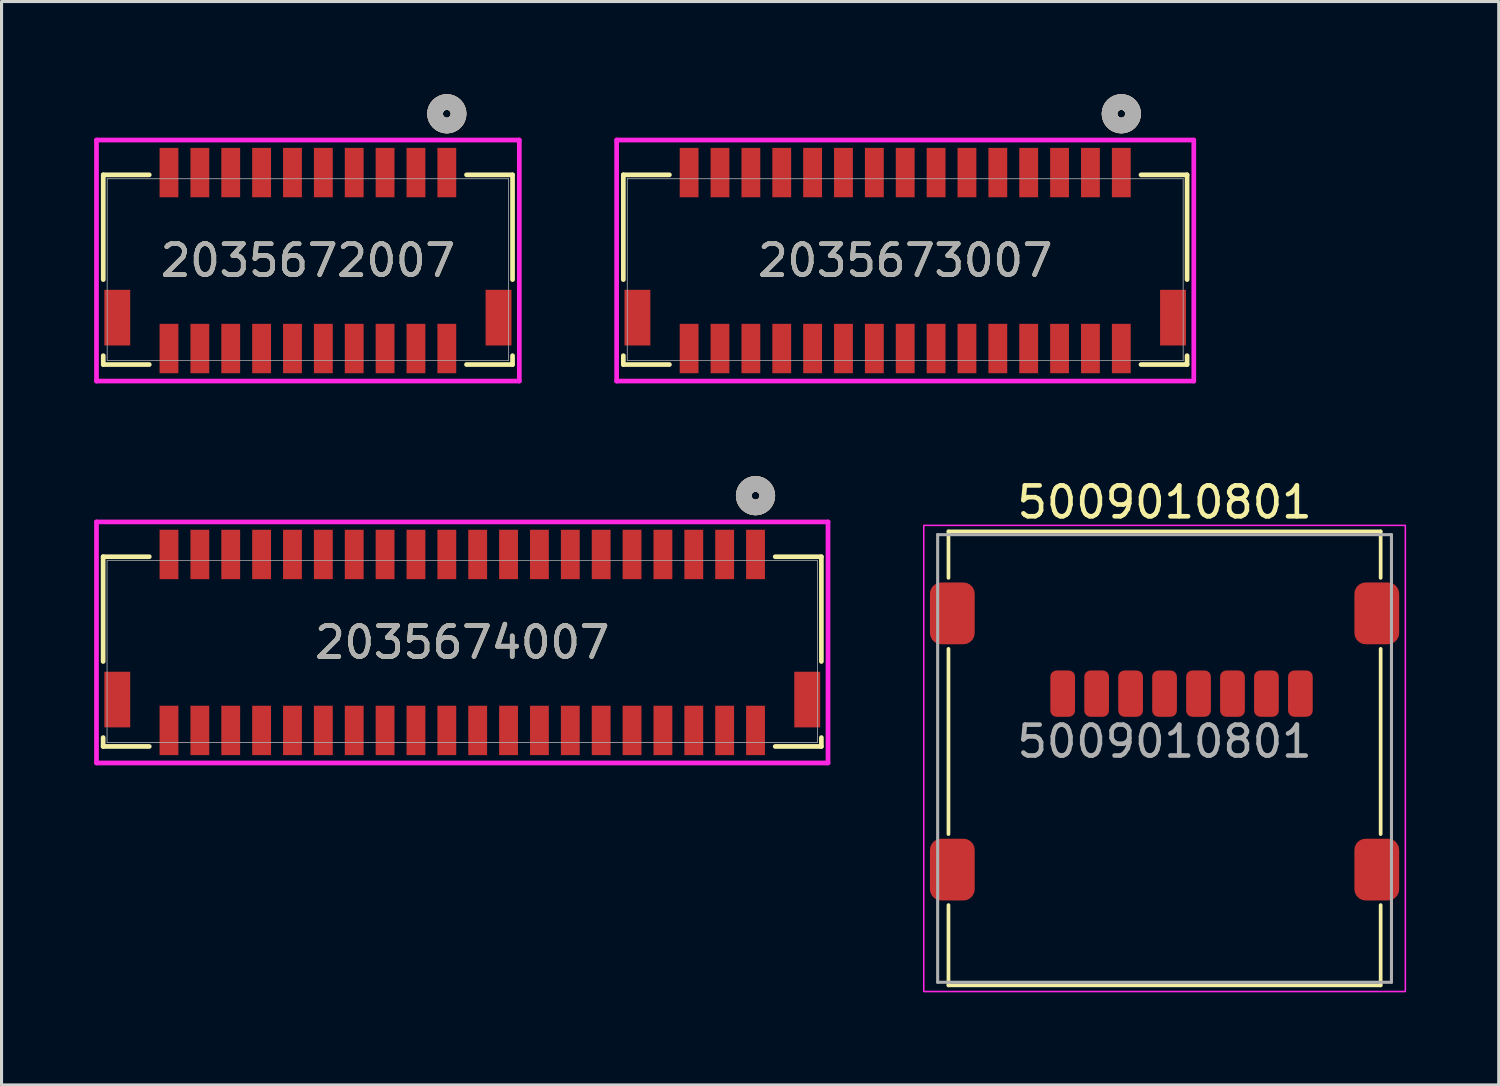
<source format=kicad_pcb>
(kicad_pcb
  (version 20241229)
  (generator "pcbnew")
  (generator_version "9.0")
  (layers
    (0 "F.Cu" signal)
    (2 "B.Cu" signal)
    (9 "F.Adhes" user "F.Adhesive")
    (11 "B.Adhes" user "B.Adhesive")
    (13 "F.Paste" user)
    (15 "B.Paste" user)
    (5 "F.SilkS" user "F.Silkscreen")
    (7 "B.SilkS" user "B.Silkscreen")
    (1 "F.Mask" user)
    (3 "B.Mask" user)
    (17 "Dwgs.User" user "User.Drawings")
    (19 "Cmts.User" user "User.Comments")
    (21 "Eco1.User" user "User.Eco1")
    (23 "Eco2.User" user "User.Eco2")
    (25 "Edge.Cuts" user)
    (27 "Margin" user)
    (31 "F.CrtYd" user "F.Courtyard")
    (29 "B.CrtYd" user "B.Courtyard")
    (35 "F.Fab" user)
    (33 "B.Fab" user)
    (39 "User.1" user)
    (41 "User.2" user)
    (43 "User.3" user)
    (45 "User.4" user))
  (footprint "2035673007"
    (layer "F.Cu")
    (at 26.273 5.686)
    (property "Reference" "2035673007" (at 0 -0.296 0) (unlocked yes) (layer "F.SilkS") (effects (font (size 1 1) (thickness 0.15))))
    (attr smd)
    (fp_line (start -9.131 -3.073) (end -9.131 0.321) (stroke (width 0.152) (type solid)) (layer "F.SilkS"))
    (fp_line (start -9.131 2.786) (end -9.131 3.073) (stroke (width 0.152) (type solid)) (layer "F.SilkS"))
    (fp_line (start -9.131 3.073) (end -7.638 3.073) (stroke (width 0.152) (type solid)) (layer "F.SilkS"))
    (fp_line (start -7.638 -3.073) (end -9.131 -3.073) (stroke (width 0.152) (type solid)) (layer "F.SilkS"))
    (fp_line (start 7.638 3.073) (end 9.131 3.073) (stroke (width 0.152) (type solid)) (layer "F.SilkS"))
    (fp_line (start 9.131 -3.073) (end 7.638 -3.073) (stroke (width 0.152) (type solid)) (layer "F.SilkS"))
    (fp_line (start 9.131 0.321) (end 9.131 -3.073) (stroke (width 0.152) (type solid)) (layer "F.SilkS"))
    (fp_line (start 9.131 3.073) (end 9.131 2.786) (stroke (width 0.152) (type solid)) (layer "F.SilkS"))
    (fp_circle (center 7 -5.05) (end 7.381 -5.05) (stroke (width 0.508) (type solid)) (fill no) (layer "F.SilkS"))
    (fp_circle (center 7 -5.05) (end 7.381 -5.05) (stroke (width 0.508) (type solid)) (fill no) (layer "B.SilkS"))
    (fp_line (start -9.348 -4.2) (end -9.348 3.608) (stroke (width 0.152) (type solid)) (layer "F.CrtYd"))
    (fp_line (start -9.348 3.608) (end 9.348 3.608) (stroke (width 0.152) (type solid)) (layer "F.CrtYd"))
    (fp_line (start 9.348 -4.2) (end -9.348 -4.2) (stroke (width 0.152) (type solid)) (layer "F.CrtYd"))
    (fp_line (start 9.348 3.608) (end 9.348 -4.2) (stroke (width 0.152) (type solid)) (layer "F.CrtYd"))
    (fp_line (start -9.004 -2.946) (end -9.004 2.946) (stroke (width 0.025) (type solid)) (layer "F.Fab"))
    (fp_line (start -9.004 2.946) (end 9.004 2.946) (stroke (width 0.025) (type solid)) (layer "F.Fab"))
    (fp_line (start 9.004 -2.946) (end -9.004 -2.946) (stroke (width 0.025) (type solid)) (layer "F.Fab"))
    (fp_line (start 9.004 2.946) (end 9.004 -2.946) (stroke (width 0.025) (type solid)) (layer "F.Fab"))
    (fp_circle (center 7 -5.051) (end 7.381 -5.051) (stroke (width 0.508) (type solid)) (fill no) (layer "F.Fab"))
    (fp_text user "${REFERENCE}" (at 0 -0.296 0) (unlocked yes) (layer "F.Fab") (effects (font (size 1 1) (thickness 0.15))))
    (pad "1" smd rect (at 7 -3.146) (size 0.61 1.6) (layers "F.Cu" "F.Mask" "F.Paste"))
    (pad "2" smd rect (at 7 2.554) (size 0.61 1.6) (layers "F.Cu" "F.Mask" "F.Paste"))
    (pad "3" smd rect (at 6 -3.146) (size 0.61 1.6) (layers "F.Cu" "F.Mask" "F.Paste"))
    (pad "4" smd rect (at 6 2.554) (size 0.61 1.6) (layers "F.Cu" "F.Mask" "F.Paste"))
    (pad "5" smd rect (at 5 -3.146) (size 0.61 1.6) (layers "F.Cu" "F.Mask" "F.Paste"))
    (pad "6" smd rect (at 5 2.554) (size 0.61 1.6) (layers "F.Cu" "F.Mask" "F.Paste"))
    (pad "7" smd rect (at 4 -3.146) (size 0.61 1.6) (layers "F.Cu" "F.Mask" "F.Paste"))
    (pad "8" smd rect (at 4 2.554) (size 0.61 1.6) (layers "F.Cu" "F.Mask" "F.Paste"))
    (pad "9" smd rect (at 3 -3.146) (size 0.61 1.6) (layers "F.Cu" "F.Mask" "F.Paste"))
    (pad "10" smd rect (at 3 2.554) (size 0.61 1.6) (layers "F.Cu" "F.Mask" "F.Paste"))
    (pad "11" smd rect (at 2 -3.146) (size 0.61 1.6) (layers "F.Cu" "F.Mask" "F.Paste"))
    (pad "12" smd rect (at 2 2.554) (size 0.61 1.6) (layers "F.Cu" "F.Mask" "F.Paste"))
    (pad "13" smd rect (at 1 -3.146) (size 0.61 1.6) (layers "F.Cu" "F.Mask" "F.Paste"))
    (pad "14" smd rect (at 1 2.554) (size 0.61 1.6) (layers "F.Cu" "F.Mask" "F.Paste"))
    (pad "15" smd rect (at 0 -3.146) (size 0.61 1.6) (layers "F.Cu" "F.Mask" "F.Paste"))
    (pad "16" smd rect (at 0 2.554) (size 0.61 1.6) (layers "F.Cu" "F.Mask" "F.Paste"))
    (pad "17" smd rect (at -1 -3.146) (size 0.61 1.6) (layers "F.Cu" "F.Mask" "F.Paste"))
    (pad "18" smd rect (at -1 2.554) (size 0.61 1.6) (layers "F.Cu" "F.Mask" "F.Paste"))
    (pad "19" smd rect (at -2 -3.146) (size 0.61 1.6) (layers "F.Cu" "F.Mask" "F.Paste"))
    (pad "20" smd rect (at -2 2.554) (size 0.61 1.6) (layers "F.Cu" "F.Mask" "F.Paste"))
    (pad "21" smd rect (at -3 -3.146) (size 0.61 1.6) (layers "F.Cu" "F.Mask" "F.Paste"))
    (pad "22" smd rect (at -3 2.554) (size 0.61 1.6) (layers "F.Cu" "F.Mask" "F.Paste"))
    (pad "23" smd rect (at -4 -3.146) (size 0.61 1.6) (layers "F.Cu" "F.Mask" "F.Paste"))
    (pad "24" smd rect (at -4 2.554) (size 0.61 1.6) (layers "F.Cu" "F.Mask" "F.Paste"))
    (pad "25" smd rect (at -5 -3.146) (size 0.61 1.6) (layers "F.Cu" "F.Mask" "F.Paste"))
    (pad "26" smd rect (at -5 2.554) (size 0.61 1.6) (layers "F.Cu" "F.Mask" "F.Paste"))
    (pad "27" smd rect (at -6 -3.146) (size 0.61 1.6) (layers "F.Cu" "F.Mask" "F.Paste"))
    (pad "28" smd rect (at -6 2.554) (size 0.61 1.6) (layers "F.Cu" "F.Mask" "F.Paste"))
    (pad "29" smd rect (at -7 -3.146) (size 0.61 1.6) (layers "F.Cu" "F.Mask" "F.Paste"))
    (pad "30" smd rect (at -7 2.554) (size 0.61 1.6) (layers "F.Cu" "F.Mask" "F.Paste"))
    (pad "MP" smd rect (at -8.675 1.554) (size 0.838 1.803) (layers "F.Cu" "F.Mask" "F.Paste"))
    (pad "MP" smd rect (at 8.675 1.554) (size 0.838 1.803) (layers "F.Cu" "F.Mask" "F.Paste")))
  (footprint "5009010801"
    (layer "F.Cu")
    (at 34.674 20.969)
    (property "Reference" "5009010801" (at 0 -7.75 0) (layer "F.SilkS") (effects (font (size 1 1) (thickness 0.15))))
    (attr smd)
    (fp_line (start -7 -6.805) (end 7 -6.805) (stroke (width 0.12) (type solid)) (layer "F.SilkS"))
    (fp_line (start -7 -5.3) (end -7 -6.805) (stroke (width 0.12) (type solid)) (layer "F.SilkS"))
    (fp_line (start -7 3) (end -7 -3) (stroke (width 0.12) (type solid)) (layer "F.SilkS"))
    (fp_line (start -7 7.9) (end -7 5.3) (stroke (width 0.12) (type solid)) (layer "F.SilkS"))
    (fp_line (start 7 -6.805) (end 7 -5.3) (stroke (width 0.12) (type solid)) (layer "F.SilkS"))
    (fp_line (start 7 -3) (end 7 3) (stroke (width 0.12) (type solid)) (layer "F.SilkS"))
    (fp_line (start 7 5.3) (end 7 7.9) (stroke (width 0.12) (type solid)) (layer "F.SilkS"))
    (fp_line (start 7 7.9) (end -7 7.9) (stroke (width 0.12) (type solid)) (layer "F.SilkS"))
    (fp_rect (start -7.8 -7) (end 7.8 8.1) (stroke (width 0.05) (type solid)) (fill no) (layer "F.CrtYd"))
    (fp_line (start -7.35 -6.7) (end -7.35 7.8) (stroke (width 0.1) (type solid)) (layer "F.Fab"))
    (fp_line (start -7.35 7.8) (end 7.35 7.8) (stroke (width 0.1) (type solid)) (layer "F.Fab"))
    (fp_line (start 7.35 -6.7) (end -7.35 -6.7) (stroke (width 0.1) (type solid)) (layer "F.Fab"))
    (fp_line (start 7.35 7.8) (end 7.35 -6.7) (stroke (width 0.1) (type solid)) (layer "F.Fab"))
    (fp_text user "${REFERENCE}" (at 0 0 0) (layer "F.Fab") (effects (font (size 1 1) (thickness 0.15))))
    (pad "1" smd roundrect (at -3.3 -1.55) (size 0.8 1.5) (layers "F.Cu" "F.Mask" "F.Paste") (roundrect_rratio 0.25))
    (pad "2" smd roundrect (at -2.2 -1.55) (size 0.8 1.5) (layers "F.Cu" "F.Mask" "F.Paste") (roundrect_rratio 0.25))
    (pad "3" smd roundrect (at -1.1 -1.55) (size 0.8 1.5) (layers "F.Cu" "F.Mask" "F.Paste") (roundrect_rratio 0.25))
    (pad "4" smd roundrect (at 0 -1.55) (size 0.8 1.5) (layers "F.Cu" "F.Mask" "F.Paste") (roundrect_rratio 0.25))
    (pad "5" smd roundrect (at 1.1 -1.55) (size 0.8 1.5) (layers "F.Cu" "F.Mask" "F.Paste") (roundrect_rratio 0.25))
    (pad "6" smd roundrect (at 2.2 -1.55) (size 0.8 1.5) (layers "F.Cu" "F.Mask" "F.Paste") (roundrect_rratio 0.25))
    (pad "7" smd roundrect (at 3.3 -1.55) (size 0.8 1.5) (layers "F.Cu" "F.Mask" "F.Paste") (roundrect_rratio 0.25))
    (pad "8" smd roundrect (at 4.4 -1.55) (size 0.8 1.5) (layers "F.Cu" "F.Mask" "F.Paste") (roundrect_rratio 0.25))
    (pad "9" smd roundrect (at -6.875 -4.15) (size 1.45 2) (layers "F.Cu" "F.Mask" "F.Paste") (roundrect_rratio 0.25))
    (pad "9" smd roundrect (at -6.875 4.15) (size 1.45 2) (layers "F.Cu" "F.Mask" "F.Paste") (roundrect_rratio 0.25))
    (pad "9" smd roundrect (at 6.875 -4.15) (size 1.45 2) (layers "F.Cu" "F.Mask" "F.Paste") (roundrect_rratio 0.25))
    (pad "9" smd roundrect (at 6.875 4.15) (size 1.45 2) (layers "F.Cu" "F.Mask" "F.Paste") (roundrect_rratio 0.25)))
  (footprint "2035674007"
    (layer "F.Cu")
    (at 11.924 18.057)
    (property "Reference" "2035674007" (at 0 -0.296 0) (unlocked yes) (layer "F.SilkS") (effects (font (size 1 1) (thickness 0.15))))
    (attr smd)
    (fp_line (start -11.633 -3.073) (end -11.633 0.321) (stroke (width 0.152) (type solid)) (layer "F.SilkS"))
    (fp_line (start -11.633 2.786) (end -11.633 3.073) (stroke (width 0.152) (type solid)) (layer "F.SilkS"))
    (fp_line (start -11.633 3.073) (end -10.138 3.073) (stroke (width 0.152) (type solid)) (layer "F.SilkS"))
    (fp_line (start -10.138 -3.073) (end -11.633 -3.073) (stroke (width 0.152) (type solid)) (layer "F.SilkS"))
    (fp_line (start 10.138 3.073) (end 11.633 3.073) (stroke (width 0.152) (type solid)) (layer "F.SilkS"))
    (fp_line (start 11.633 -3.073) (end 10.138 -3.073) (stroke (width 0.152) (type solid)) (layer "F.SilkS"))
    (fp_line (start 11.633 0.321) (end 11.633 -3.073) (stroke (width 0.152) (type solid)) (layer "F.SilkS"))
    (fp_line (start 11.633 3.073) (end 11.633 2.786) (stroke (width 0.152) (type solid)) (layer "F.SilkS"))
    (fp_circle (center 9.5 -5.05) (end 9.881 -5.05) (stroke (width 0.508) (type solid)) (fill no) (layer "F.SilkS"))
    (fp_circle (center 9.5 -5.05) (end 9.881 -5.05) (stroke (width 0.508) (type solid)) (fill no) (layer "B.SilkS"))
    (fp_line (start -11.848 -4.2) (end -11.848 3.608) (stroke (width 0.152) (type solid)) (layer "F.CrtYd"))
    (fp_line (start -11.848 3.608) (end 11.848 3.608) (stroke (width 0.152) (type solid)) (layer "F.CrtYd"))
    (fp_line (start 11.848 -4.2) (end -11.848 -4.2) (stroke (width 0.152) (type solid)) (layer "F.CrtYd"))
    (fp_line (start 11.848 3.608) (end 11.848 -4.2) (stroke (width 0.152) (type solid)) (layer "F.CrtYd"))
    (fp_line (start -11.506 -2.946) (end -11.506 2.946) (stroke (width 0.025) (type solid)) (layer "F.Fab"))
    (fp_line (start -11.506 2.946) (end 11.506 2.946) (stroke (width 0.025) (type solid)) (layer "F.Fab"))
    (fp_line (start 11.506 -2.946) (end -11.506 -2.946) (stroke (width 0.025) (type solid)) (layer "F.Fab"))
    (fp_line (start 11.506 2.946) (end 11.506 -2.946) (stroke (width 0.025) (type solid)) (layer "F.Fab"))
    (fp_circle (center 9.5 -5.051) (end 9.881 -5.051) (stroke (width 0.508) (type solid)) (fill no) (layer "F.Fab"))
    (fp_text user "${REFERENCE}" (at 0 -0.296 0) (unlocked yes) (layer "F.Fab") (effects (font (size 1 1) (thickness 0.15))))
    (pad "1" smd rect (at 9.5 -3.146) (size 0.61 1.6) (layers "F.Cu" "F.Mask" "F.Paste"))
    (pad "2" smd rect (at 9.5 2.554) (size 0.61 1.6) (layers "F.Cu" "F.Mask" "F.Paste"))
    (pad "3" smd rect (at 8.5 -3.146) (size 0.61 1.6) (layers "F.Cu" "F.Mask" "F.Paste"))
    (pad "4" smd rect (at 8.5 2.554) (size 0.61 1.6) (layers "F.Cu" "F.Mask" "F.Paste"))
    (pad "5" smd rect (at 7.5 -3.146) (size 0.61 1.6) (layers "F.Cu" "F.Mask" "F.Paste"))
    (pad "6" smd rect (at 7.5 2.554) (size 0.61 1.6) (layers "F.Cu" "F.Mask" "F.Paste"))
    (pad "7" smd rect (at 6.5 -3.146) (size 0.61 1.6) (layers "F.Cu" "F.Mask" "F.Paste"))
    (pad "8" smd rect (at 6.5 2.554) (size 0.61 1.6) (layers "F.Cu" "F.Mask" "F.Paste"))
    (pad "9" smd rect (at 5.5 -3.146) (size 0.61 1.6) (layers "F.Cu" "F.Mask" "F.Paste"))
    (pad "10" smd rect (at 5.5 2.554) (size 0.61 1.6) (layers "F.Cu" "F.Mask" "F.Paste"))
    (pad "11" smd rect (at 4.5 -3.146) (size 0.61 1.6) (layers "F.Cu" "F.Mask" "F.Paste"))
    (pad "12" smd rect (at 4.5 2.554) (size 0.61 1.6) (layers "F.Cu" "F.Mask" "F.Paste"))
    (pad "13" smd rect (at 3.5 -3.146) (size 0.61 1.6) (layers "F.Cu" "F.Mask" "F.Paste"))
    (pad "14" smd rect (at 3.5 2.554) (size 0.61 1.6) (layers "F.Cu" "F.Mask" "F.Paste"))
    (pad "15" smd rect (at 2.5 -3.146) (size 0.61 1.6) (layers "F.Cu" "F.Mask" "F.Paste"))
    (pad "16" smd rect (at 2.5 2.554) (size 0.61 1.6) (layers "F.Cu" "F.Mask" "F.Paste"))
    (pad "17" smd rect (at 1.5 -3.146) (size 0.61 1.6) (layers "F.Cu" "F.Mask" "F.Paste"))
    (pad "18" smd rect (at 1.5 2.554) (size 0.61 1.6) (layers "F.Cu" "F.Mask" "F.Paste"))
    (pad "19" smd rect (at 0.5 -3.146) (size 0.61 1.6) (layers "F.Cu" "F.Mask" "F.Paste"))
    (pad "20" smd rect (at 0.5 2.554) (size 0.61 1.6) (layers "F.Cu" "F.Mask" "F.Paste"))
    (pad "21" smd rect (at -0.5 -3.146) (size 0.61 1.6) (layers "F.Cu" "F.Mask" "F.Paste"))
    (pad "22" smd rect (at -0.5 2.554) (size 0.61 1.6) (layers "F.Cu" "F.Mask" "F.Paste"))
    (pad "23" smd rect (at -1.5 -3.146) (size 0.61 1.6) (layers "F.Cu" "F.Mask" "F.Paste"))
    (pad "24" smd rect (at -1.5 2.554) (size 0.61 1.6) (layers "F.Cu" "F.Mask" "F.Paste"))
    (pad "25" smd rect (at -2.5 -3.146) (size 0.61 1.6) (layers "F.Cu" "F.Mask" "F.Paste"))
    (pad "26" smd rect (at -2.5 2.554) (size 0.61 1.6) (layers "F.Cu" "F.Mask" "F.Paste"))
    (pad "27" smd rect (at -3.5 -3.146) (size 0.61 1.6) (layers "F.Cu" "F.Mask" "F.Paste"))
    (pad "28" smd rect (at -3.5 2.554) (size 0.61 1.6) (layers "F.Cu" "F.Mask" "F.Paste"))
    (pad "29" smd rect (at -4.5 -3.146) (size 0.61 1.6) (layers "F.Cu" "F.Mask" "F.Paste"))
    (pad "30" smd rect (at -4.5 2.554) (size 0.61 1.6) (layers "F.Cu" "F.Mask" "F.Paste"))
    (pad "31" smd rect (at -5.5 -3.146) (size 0.61 1.6) (layers "F.Cu" "F.Mask" "F.Paste"))
    (pad "32" smd rect (at -5.5 2.554) (size 0.61 1.6) (layers "F.Cu" "F.Mask" "F.Paste"))
    (pad "33" smd rect (at -6.5 -3.146) (size 0.61 1.6) (layers "F.Cu" "F.Mask" "F.Paste"))
    (pad "34" smd rect (at -6.5 2.554) (size 0.61 1.6) (layers "F.Cu" "F.Mask" "F.Paste"))
    (pad "35" smd rect (at -7.5 -3.146) (size 0.61 1.6) (layers "F.Cu" "F.Mask" "F.Paste"))
    (pad "36" smd rect (at -7.5 2.554) (size 0.61 1.6) (layers "F.Cu" "F.Mask" "F.Paste"))
    (pad "37" smd rect (at -8.5 -3.146) (size 0.61 1.6) (layers "F.Cu" "F.Mask" "F.Paste"))
    (pad "38" smd rect (at -8.5 2.554) (size 0.61 1.6) (layers "F.Cu" "F.Mask" "F.Paste"))
    (pad "39" smd rect (at -9.5 -3.146) (size 0.61 1.6) (layers "F.Cu" "F.Mask" "F.Paste"))
    (pad "40" smd rect (at -9.5 2.554) (size 0.61 1.6) (layers "F.Cu" "F.Mask" "F.Paste"))
    (pad "MP" smd rect (at -11.175 1.554) (size 0.838 1.803) (layers "F.Cu" "F.Mask" "F.Paste"))
    (pad "MP" smd rect (at 11.175 1.554) (size 0.838 1.803) (layers "F.Cu" "F.Mask" "F.Paste")))
  (footprint "2035672007"
    (layer "F.Cu")
    (at 6.924 5.686)
    (property "Reference" "2035672007" (at 0 -0.296 0) (unlocked yes) (layer "F.SilkS") (effects (font (size 1 1) (thickness 0.15))))
    (attr smd)
    (fp_line (start -6.629 -3.073) (end -6.629 0.321) (stroke (width 0.152) (type solid)) (layer "F.SilkS"))
    (fp_line (start -6.629 2.786) (end -6.629 3.073) (stroke (width 0.152) (type solid)) (layer "F.SilkS"))
    (fp_line (start -6.629 3.073) (end -5.138 3.073) (stroke (width 0.152) (type solid)) (layer "F.SilkS"))
    (fp_line (start -5.138 -3.073) (end -6.629 -3.073) (stroke (width 0.152) (type solid)) (layer "F.SilkS"))
    (fp_line (start 5.138 3.073) (end 6.629 3.073) (stroke (width 0.152) (type solid)) (layer "F.SilkS"))
    (fp_line (start 6.629 -3.073) (end 5.138 -3.073) (stroke (width 0.152) (type solid)) (layer "F.SilkS"))
    (fp_line (start 6.629 0.321) (end 6.629 -3.073) (stroke (width 0.152) (type solid)) (layer "F.SilkS"))
    (fp_line (start 6.629 3.073) (end 6.629 2.786) (stroke (width 0.152) (type solid)) (layer "F.SilkS"))
    (fp_circle (center 4.5 -5.05) (end 4.881 -5.05) (stroke (width 0.508) (type solid)) (fill no) (layer "F.SilkS"))
    (fp_circle (center 4.5 -5.05) (end 4.881 -5.05) (stroke (width 0.508) (type solid)) (fill no) (layer "B.SilkS"))
    (fp_line (start -6.848 -4.2) (end -6.848 3.608) (stroke (width 0.152) (type solid)) (layer "F.CrtYd"))
    (fp_line (start -6.848 3.608) (end 6.848 3.608) (stroke (width 0.152) (type solid)) (layer "F.CrtYd"))
    (fp_line (start 6.848 -4.2) (end -6.848 -4.2) (stroke (width 0.152) (type solid)) (layer "F.CrtYd"))
    (fp_line (start 6.848 3.608) (end 6.848 -4.2) (stroke (width 0.152) (type solid)) (layer "F.CrtYd"))
    (fp_line (start -6.502 -2.946) (end -6.502 2.946) (stroke (width 0.025) (type solid)) (layer "F.Fab"))
    (fp_line (start -6.502 2.946) (end 6.502 2.946) (stroke (width 0.025) (type solid)) (layer "F.Fab"))
    (fp_line (start 6.502 -2.946) (end -6.502 -2.946) (stroke (width 0.025) (type solid)) (layer "F.Fab"))
    (fp_line (start 6.502 2.946) (end 6.502 -2.946) (stroke (width 0.025) (type solid)) (layer "F.Fab"))
    (fp_circle (center 4.5 -5.051) (end 4.881 -5.051) (stroke (width 0.508) (type solid)) (fill no) (layer "F.Fab"))
    (fp_text user "${REFERENCE}" (at 0 -0.296 0) (unlocked yes) (layer "F.Fab") (effects (font (size 1 1) (thickness 0.15))))
    (pad "1" smd rect (at 4.5 -3.146) (size 0.61 1.6) (layers "F.Cu" "F.Mask" "F.Paste"))
    (pad "2" smd rect (at 4.5 2.554) (size 0.61 1.6) (layers "F.Cu" "F.Mask" "F.Paste"))
    (pad "3" smd rect (at 3.5 -3.146) (size 0.61 1.6) (layers "F.Cu" "F.Mask" "F.Paste"))
    (pad "4" smd rect (at 3.5 2.554) (size 0.61 1.6) (layers "F.Cu" "F.Mask" "F.Paste"))
    (pad "5" smd rect (at 2.5 -3.146) (size 0.61 1.6) (layers "F.Cu" "F.Mask" "F.Paste"))
    (pad "6" smd rect (at 2.5 2.554) (size 0.61 1.6) (layers "F.Cu" "F.Mask" "F.Paste"))
    (pad "7" smd rect (at 1.5 -3.146) (size 0.61 1.6) (layers "F.Cu" "F.Mask" "F.Paste"))
    (pad "8" smd rect (at 1.5 2.554) (size 0.61 1.6) (layers "F.Cu" "F.Mask" "F.Paste"))
    (pad "9" smd rect (at 0.5 -3.146) (size 0.61 1.6) (layers "F.Cu" "F.Mask" "F.Paste"))
    (pad "10" smd rect (at 0.5 2.554) (size 0.61 1.6) (layers "F.Cu" "F.Mask" "F.Paste"))
    (pad "11" smd rect (at -0.5 -3.146) (size 0.61 1.6) (layers "F.Cu" "F.Mask" "F.Paste"))
    (pad "12" smd rect (at -0.5 2.554) (size 0.61 1.6) (layers "F.Cu" "F.Mask" "F.Paste"))
    (pad "13" smd rect (at -1.5 -3.146) (size 0.61 1.6) (layers "F.Cu" "F.Mask" "F.Paste"))
    (pad "14" smd rect (at -1.5 2.554) (size 0.61 1.6) (layers "F.Cu" "F.Mask" "F.Paste"))
    (pad "15" smd rect (at -2.5 -3.146) (size 0.61 1.6) (layers "F.Cu" "F.Mask" "F.Paste"))
    (pad "16" smd rect (at -2.5 2.554) (size 0.61 1.6) (layers "F.Cu" "F.Mask" "F.Paste"))
    (pad "17" smd rect (at -3.5 -3.146) (size 0.61 1.6) (layers "F.Cu" "F.Mask" "F.Paste"))
    (pad "18" smd rect (at -3.5 2.554) (size 0.61 1.6) (layers "F.Cu" "F.Mask" "F.Paste"))
    (pad "19" smd rect (at -4.5 -3.146) (size 0.61 1.6) (layers "F.Cu" "F.Mask" "F.Paste"))
    (pad "20" smd rect (at -4.5 2.554) (size 0.61 1.6) (layers "F.Cu" "F.Mask" "F.Paste"))
    (pad "MP" smd rect (at -6.175 1.554) (size 0.838 1.803) (layers "F.Cu" "F.Mask" "F.Paste"))
    (pad "MP" smd rect (at 6.175 1.554) (size 0.838 1.803) (layers "F.Cu" "F.Mask" "F.Paste")))
  (gr_rect
    (start -3 -3)
    (end 45.499 32.094)
    (stroke (width 0.1) (type default))
    (fill no)
    (layer "Edge.Cuts")))
</source>
